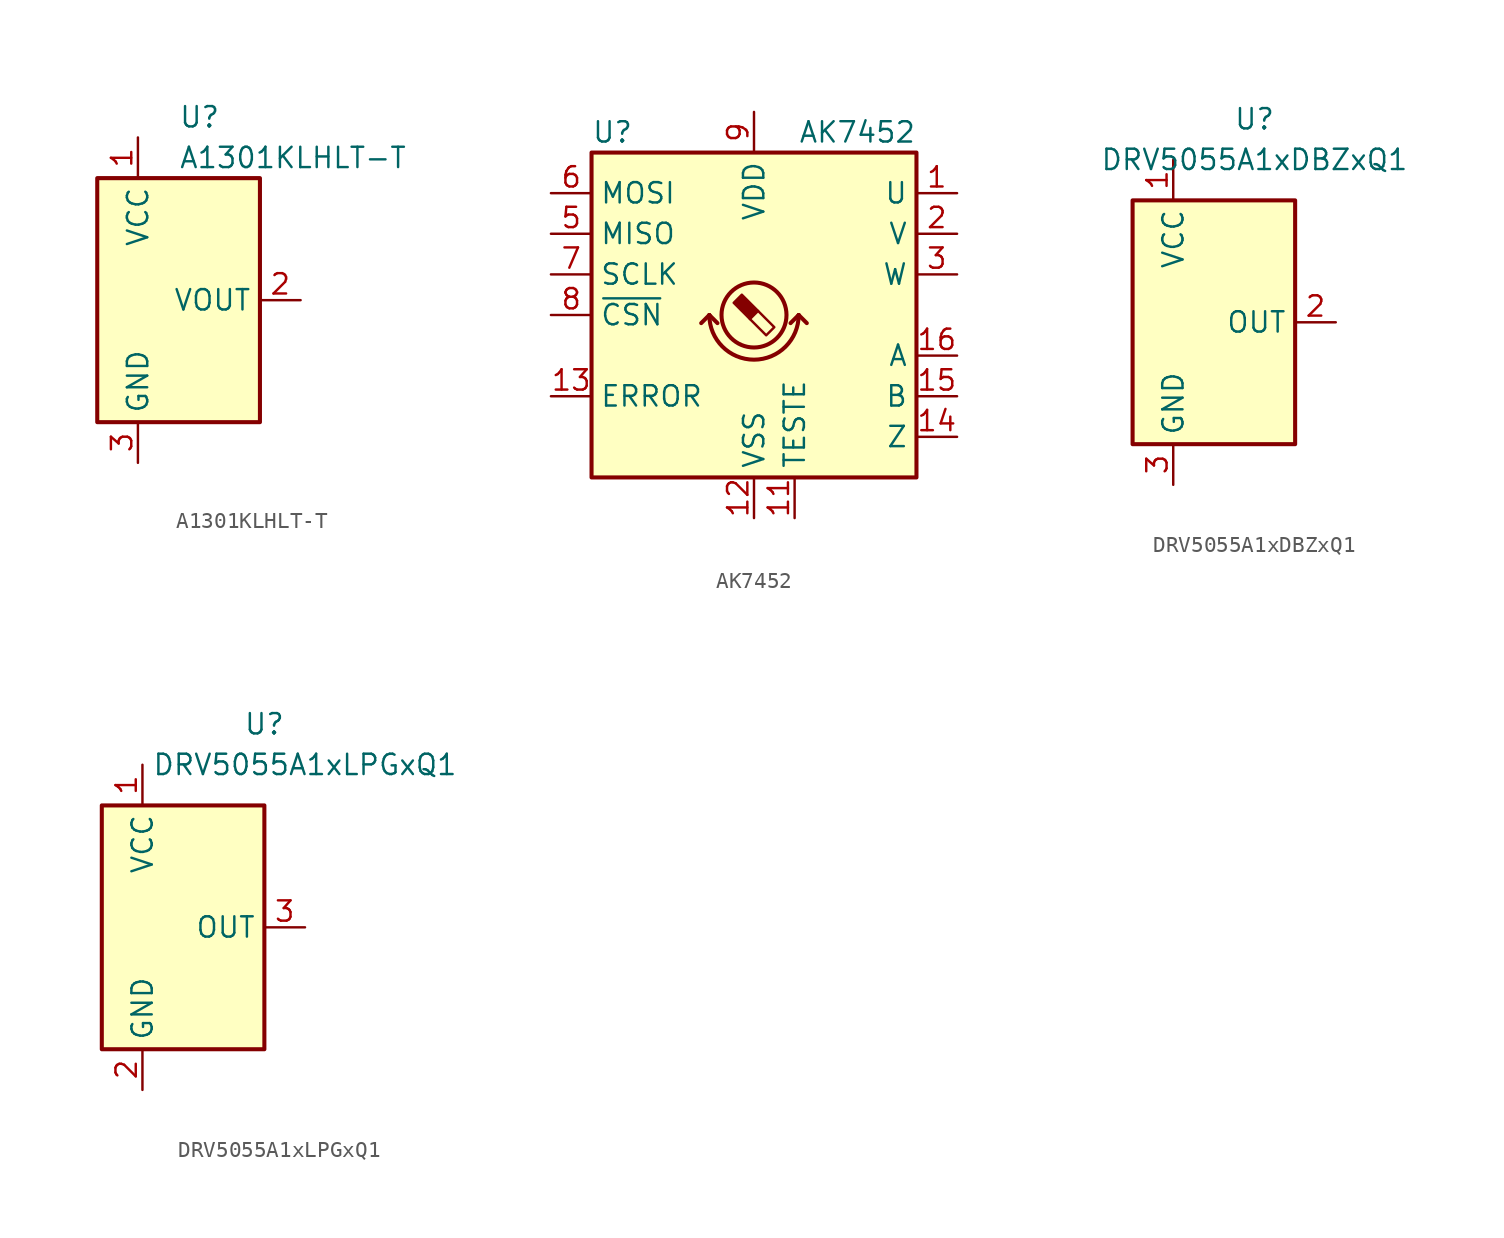
<source format=kicad_sym>
(kicad_symbol_lib
  (version 20211014)
  (generator kicad_symbol_editor)
  (symbol "A1301KLHLT-T"
    (property "Reference" "U"
      (at 0 11.43 0)
      (effects (font (size 1.27 1.27)) (justify left)))
    (property "Value" "A1301KLHLT-T"
      (at 0 8.89 0)
      (effects (font (size 1.27 1.27)) (justify left)))
    (symbol "A1301KLHLT-T_0_1"
      (rectangle (start -5.08 7.62) (end 5.08 -7.62) (stroke (width 0.254) (type default) (color 0 0 0 0)) (fill (type background))))
    (symbol "A1301KLHLT-T_1_1"
      (pin power_in line (at -2.54 10.16 270) (length 2.54) (name "VCC" (effects (font (size 1.27 1.27)))) (number "1" (effects (font (size 1.27 1.27)))))
      (pin output line (at 7.62 0 180) (length 2.54) (name "VOUT" (effects (font (size 1.27 1.27)))) (number "2" (effects (font (size 1.27 1.27)))))
      (pin power_in line (at -2.54 -10.16 90) (length 2.54) (name "GND" (effects (font (size 1.27 1.27)))) (number "3" (effects (font (size 1.27 1.27)))))))
  (symbol "AK7452"
    (property "Reference" "U"
      (at -10.16 11.43 0)
      (effects (font (size 1.27 1.27)) (justify left)))
    (property "Value" "AK7452"
      (at 10.16 11.43 0)
      (effects (font (size 1.27 1.27)) (justify right)))
    (symbol "AK7452_0_1"
      (rectangle (start -10.16 10.16) (end 10.16 -10.16) (stroke (width 0.254) (type default) (color 0 0 0 0)) (fill (type background)))
      (arc (start -2.794 0) (mid 0 -2.794) (end 2.794 0) (stroke (width 0.254) (type default) (color 0 0 0 0)) (fill (type none)))
      (polyline (pts (xy -2.794 0) (xy -3.302 -0.508)) (stroke (width 0.254) (type default) (color 0 0 0 0)) (fill (type none)))
      (polyline (pts (xy -2.794 0) (xy -2.286 -0.508)) (stroke (width 0.254) (type default) (color 0 0 0 0)) (fill (type none)))
      (polyline (pts (xy 2.794 0) (xy 2.286 -0.508)) (stroke (width 0.254) (type default) (color 0 0 0 0)) (fill (type none)))
      (polyline (pts (xy 2.794 0) (xy 3.302 -0.508)) (stroke (width 0.254) (type default) (color 0 0 0 0)) (fill (type none))))
    (symbol "AK7452_1_1"
      (polyline (pts (xy 0.254 0.254) (xy 1.27 -0.762) (xy 0.762 -1.27) (xy -0.254 -0.254)) (stroke (width 0) (type default) (color 0 0 0 0)) (fill (type none)))
      (polyline (pts (xy -0.762 1.27) (xy 0.254 0.254) (xy -0.254 -0.254) (xy -1.27 0.762) (xy -1.016 1.016) (xy -0.762 1.27) (xy -0.635 1.143)) (stroke (width 0) (type default) (color 0 0 0 0)) (fill (type outline)))
      (circle (center 0 0) (radius 2.032) (stroke (width 0.254) (type default) (color 0 0 0 0)) (fill (type none)))
      (pin output line (at 12.7 7.62 180) (length 2.54) (name "U" (effects (font (size 1.27 1.27)))) (number "1" (effects (font (size 1.27 1.27)))))
      (pin no_connect line (at 7.62 -10.16 90) (length 2.54) hide (name "NC" (effects (font (size 1.27 1.27)))) (number "10" (effects (font (size 1.27 1.27)))))
      (pin passive line (at 2.54 -12.7 90) (length 2.54) (name "TESTE" (effects (font (size 1.27 1.27)))) (number "11" (effects (font (size 1.27 1.27)))))
      (pin power_in line (at 0 -12.7 90) (length 2.54) (name "VSS" (effects (font (size 1.27 1.27)))) (number "12" (effects (font (size 1.27 1.27)))))
      (pin output line (at -12.7 -5.08 0) (length 2.54) (name "ERROR" (effects (font (size 1.27 1.27)))) (number "13" (effects (font (size 1.27 1.27)))))
      (pin output line (at 12.7 -7.62 180) (length 2.54) (name "Z" (effects (font (size 1.27 1.27)))) (number "14" (effects (font (size 1.27 1.27)))))
      (pin output line (at 12.7 -5.08 180) (length 2.54) (name "B" (effects (font (size 1.27 1.27)))) (number "15" (effects (font (size 1.27 1.27)))))
      (pin output line (at 12.7 -2.54 180) (length 2.54) (name "A" (effects (font (size 1.27 1.27)))) (number "16" (effects (font (size 1.27 1.27)))))
      (pin output line (at 12.7 5.08 180) (length 2.54) (name "V" (effects (font (size 1.27 1.27)))) (number "2" (effects (font (size 1.27 1.27)))))
      (pin output line (at 12.7 2.54 180) (length 2.54) (name "W" (effects (font (size 1.27 1.27)))) (number "3" (effects (font (size 1.27 1.27)))))
      (pin no_connect line (at 5.08 -10.16 90) (length 2.54) hide (name "NC" (effects (font (size 1.27 1.27)))) (number "4" (effects (font (size 1.27 1.27)))))
      (pin output line (at -12.7 5.08 0) (length 2.54) (name "MISO" (effects (font (size 1.27 1.27)))) (number "5" (effects (font (size 1.27 1.27)))))
      (pin input line (at -12.7 7.62 0) (length 2.54) (name "MOSI" (effects (font (size 1.27 1.27)))) (number "6" (effects (font (size 1.27 1.27)))))
      (pin input line (at -12.7 2.54 0) (length 2.54) (name "SCLK" (effects (font (size 1.27 1.27)))) (number "7" (effects (font (size 1.27 1.27)))))
      (pin input line (at -12.7 0 0) (length 2.54) (name "~{CSN}" (effects (font (size 1.27 1.27)))) (number "8" (effects (font (size 1.27 1.27)))))
      (pin power_in line (at 0 12.7 270) (length 2.54) (name "VDD" (effects (font (size 1.27 1.27)))) (number "9" (effects (font (size 1.27 1.27)))))))
  (symbol "DRV5055A1xDBZxQ1"
    (property "Reference" "U"
      (at 2.54 12.7 0)
      (effects (font (size 1.27 1.27))))
    (property "Value" "DRV5055A1xDBZxQ1"
      (at 2.54 10.16 0)
      (effects (font (size 1.27 1.27))))
    (symbol "DRV5055A1xDBZxQ1_1_1"
      (rectangle (start -5.08 7.62) (end 5.08 -7.62) (stroke (width 0.254) (type default) (color 0 0 0 0)) (fill (type background)))
      (pin power_in line (at -2.54 10.16 270) (length 2.54) (name "VCC" (effects (font (size 1.27 1.27)))) (number "1" (effects (font (size 1.27 1.27)))))
      (pin output line (at 7.62 0 180) (length 2.54) (name "OUT" (effects (font (size 1.27 1.27)))) (number "2" (effects (font (size 1.27 1.27)))))
      (pin power_in line (at -2.54 -10.16 90) (length 2.54) (name "GND" (effects (font (size 1.27 1.27)))) (number "3" (effects (font (size 1.27 1.27)))))))
  (symbol "DRV5055A1xLPGxQ1"
    (property "Reference" "U"
      (at 5.08 12.7 0)
      (effects (font (size 1.27 1.27))))
    (property "Value" "DRV5055A1xLPGxQ1"
      (at 7.62 10.16 0)
      (effects (font (size 1.27 1.27))))
    (symbol "DRV5055A1xLPGxQ1_1_1"
      (rectangle (start -5.08 7.62) (end 5.08 -7.62) (stroke (width 0.254) (type default) (color 0 0 0 0)) (fill (type background)))
      (pin power_in line (at -2.54 10.16 270) (length 2.54) (name "VCC" (effects (font (size 1.27 1.27)))) (number "1" (effects (font (size 1.27 1.27)))))
      (pin power_in line (at -2.54 -10.16 90) (length 2.54) (name "GND" (effects (font (size 1.27 1.27)))) (number "2" (effects (font (size 1.27 1.27)))))
      (pin output line (at 7.62 0 180) (length 2.54) (name "OUT" (effects (font (size 1.27 1.27)))) (number "3" (effects (font (size 1.27 1.27))))))))
</source>
